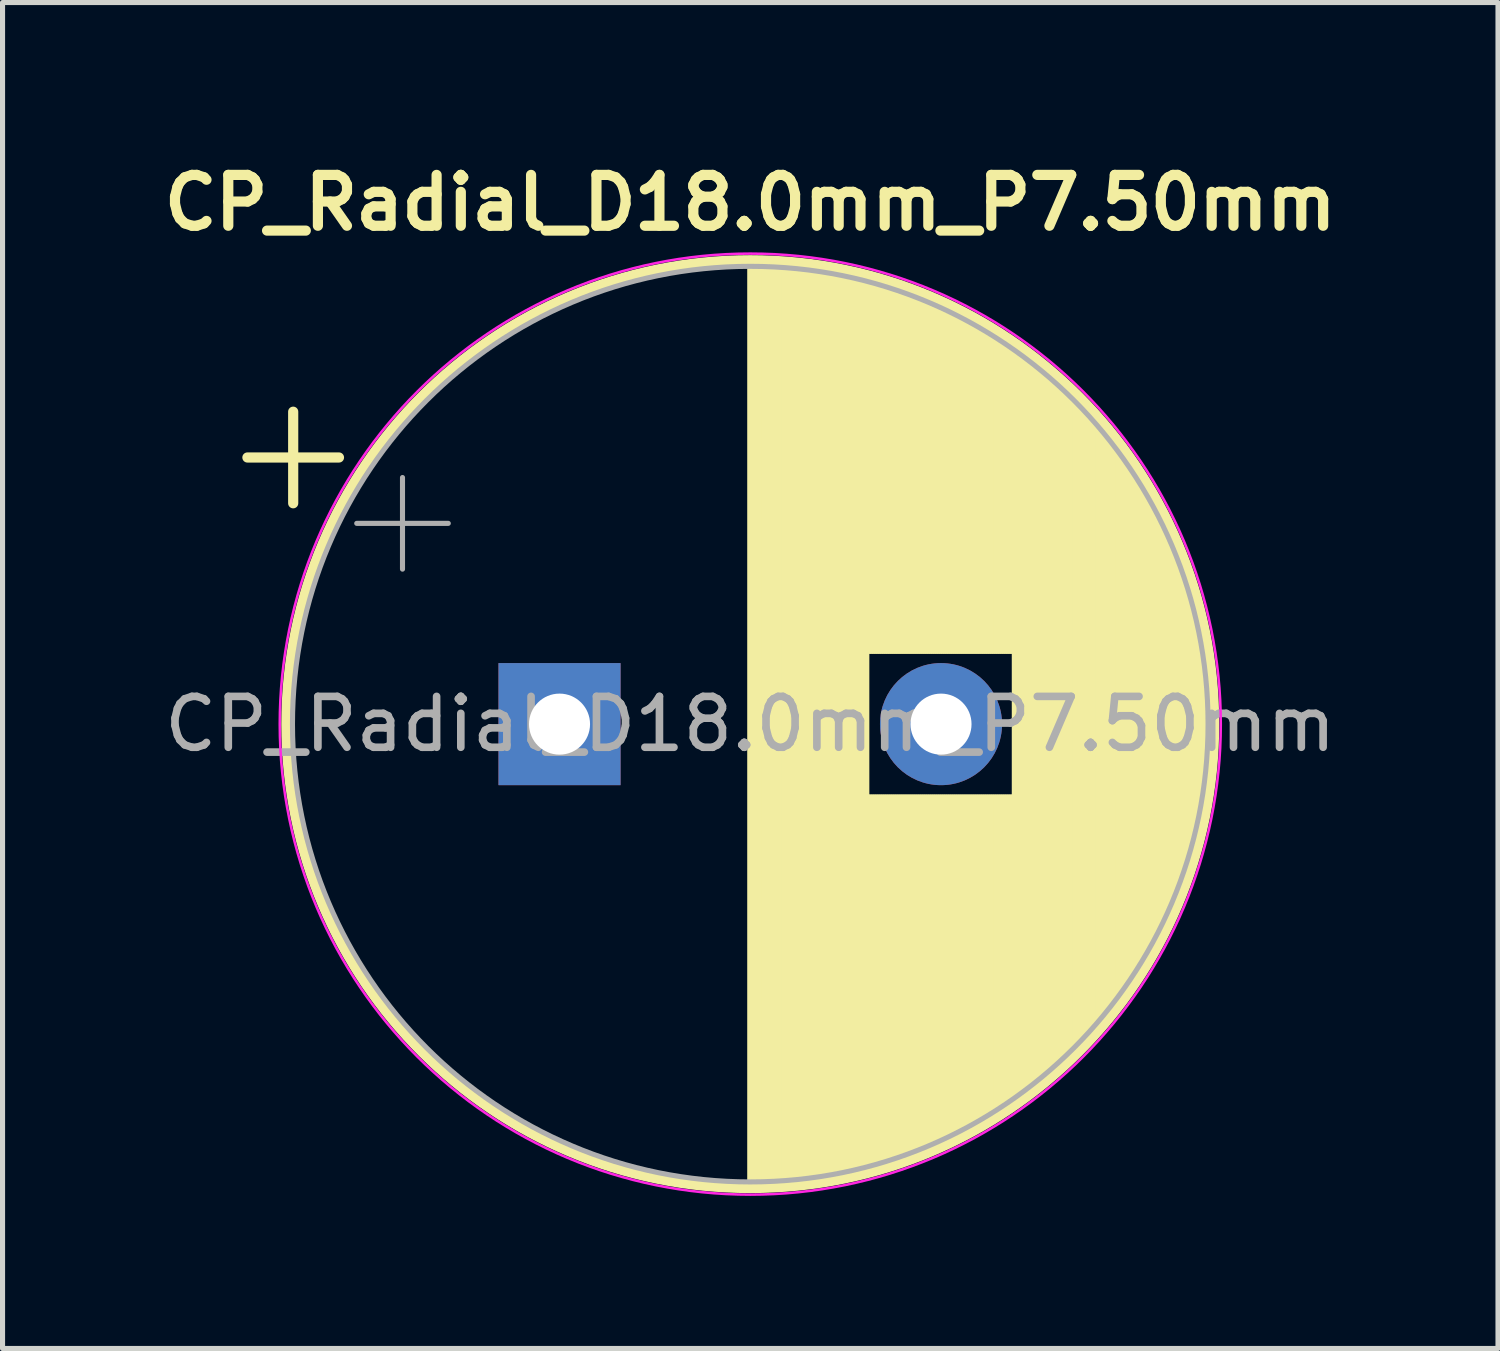
<source format=kicad_pcb>
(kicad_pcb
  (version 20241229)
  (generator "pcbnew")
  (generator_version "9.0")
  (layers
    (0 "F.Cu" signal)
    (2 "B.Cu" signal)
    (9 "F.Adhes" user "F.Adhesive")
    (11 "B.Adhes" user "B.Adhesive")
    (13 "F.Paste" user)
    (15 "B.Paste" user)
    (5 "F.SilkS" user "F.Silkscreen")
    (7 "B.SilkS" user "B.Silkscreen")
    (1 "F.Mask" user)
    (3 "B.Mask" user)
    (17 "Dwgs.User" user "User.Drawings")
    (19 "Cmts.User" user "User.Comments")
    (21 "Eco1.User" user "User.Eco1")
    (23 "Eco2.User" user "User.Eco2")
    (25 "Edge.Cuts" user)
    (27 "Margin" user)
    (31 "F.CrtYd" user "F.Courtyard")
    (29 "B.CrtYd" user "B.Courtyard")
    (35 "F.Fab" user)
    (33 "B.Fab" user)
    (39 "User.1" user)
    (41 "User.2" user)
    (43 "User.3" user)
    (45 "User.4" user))
  (footprint "CP_Radial_D18.0mm_P7.50mm"
    (layer "F.Cu")
    (at 7.95 11.186)
    (property "Reference" "CP_Radial_D18.0mm_P7.50mm" (at 3.75 -10.25 0) (layer "F.SilkS") (effects (font (size 1 1) (thickness 0.2))))
    (attr through_hole)
    (fp_line (start -6.136 -5.242) (end -4.336 -5.242) (stroke (width 0.2) (type solid)) (layer "F.SilkS"))
    (fp_line (start -5.236 -6.142) (end -5.236 -4.342) (stroke (width 0.2) (type solid)) (layer "F.SilkS"))
    (fp_line (start 3.75 -9.081) (end 3.75 9.081) (stroke (width 0.12) (type solid)) (layer "F.SilkS"))
    (fp_line (start 3.79 -9.08) (end 3.79 9.08) (stroke (width 0.12) (type solid)) (layer "F.SilkS"))
    (fp_line (start 3.83 -9.08) (end 3.83 9.08) (stroke (width 0.12) (type solid)) (layer "F.SilkS"))
    (fp_line (start 3.87 -9.08) (end 3.87 9.08) (stroke (width 0.12) (type solid)) (layer "F.SilkS"))
    (fp_line (start 3.91 -9.079) (end 3.91 9.079) (stroke (width 0.12) (type solid)) (layer "F.SilkS"))
    (fp_line (start 3.95 -9.078) (end 3.95 9.078) (stroke (width 0.12) (type solid)) (layer "F.SilkS"))
    (fp_line (start 3.99 -9.077) (end 3.99 9.077) (stroke (width 0.12) (type solid)) (layer "F.SilkS"))
    (fp_line (start 4.03 -9.076) (end 4.03 9.076) (stroke (width 0.12) (type solid)) (layer "F.SilkS"))
    (fp_line (start 4.07 -9.075) (end 4.07 9.075) (stroke (width 0.12) (type solid)) (layer "F.SilkS"))
    (fp_line (start 4.11 -9.073) (end 4.11 9.073) (stroke (width 0.12) (type solid)) (layer "F.SilkS"))
    (fp_line (start 4.15 -9.072) (end 4.15 9.072) (stroke (width 0.12) (type solid)) (layer "F.SilkS"))
    (fp_line (start 4.19 -9.07) (end 4.19 9.07) (stroke (width 0.12) (type solid)) (layer "F.SilkS"))
    (fp_line (start 4.23 -9.068) (end 4.23 9.068) (stroke (width 0.12) (type solid)) (layer "F.SilkS"))
    (fp_line (start 4.27 -9.066) (end 4.27 9.066) (stroke (width 0.12) (type solid)) (layer "F.SilkS"))
    (fp_line (start 4.31 -9.063) (end 4.31 9.063) (stroke (width 0.12) (type solid)) (layer "F.SilkS"))
    (fp_line (start 4.35 -9.061) (end 4.35 9.061) (stroke (width 0.12) (type solid)) (layer "F.SilkS"))
    (fp_line (start 4.39 -9.058) (end 4.39 9.058) (stroke (width 0.12) (type solid)) (layer "F.SilkS"))
    (fp_line (start 4.43 -9.055) (end 4.43 9.055) (stroke (width 0.12) (type solid)) (layer "F.SilkS"))
    (fp_line (start 4.471 -9.052) (end 4.471 9.052) (stroke (width 0.12) (type solid)) (layer "F.SilkS"))
    (fp_line (start 4.511 -9.049) (end 4.511 9.049) (stroke (width 0.12) (type solid)) (layer "F.SilkS"))
    (fp_line (start 4.551 -9.045) (end 4.551 9.045) (stroke (width 0.12) (type solid)) (layer "F.SilkS"))
    (fp_line (start 4.591 -9.042) (end 4.591 9.042) (stroke (width 0.12) (type solid)) (layer "F.SilkS"))
    (fp_line (start 4.631 -9.038) (end 4.631 9.038) (stroke (width 0.12) (type solid)) (layer "F.SilkS"))
    (fp_line (start 4.671 -9.034) (end 4.671 9.034) (stroke (width 0.12) (type solid)) (layer "F.SilkS"))
    (fp_line (start 4.711 -9.03) (end 4.711 9.03) (stroke (width 0.12) (type solid)) (layer "F.SilkS"))
    (fp_line (start 4.751 -9.026) (end 4.751 9.026) (stroke (width 0.12) (type solid)) (layer "F.SilkS"))
    (fp_line (start 4.791 -9.021) (end 4.791 9.021) (stroke (width 0.12) (type solid)) (layer "F.SilkS"))
    (fp_line (start 4.831 -9.016) (end 4.831 9.016) (stroke (width 0.12) (type solid)) (layer "F.SilkS"))
    (fp_line (start 4.871 -9.011) (end 4.871 9.011) (stroke (width 0.12) (type solid)) (layer "F.SilkS"))
    (fp_line (start 4.911 -9.006) (end 4.911 9.006) (stroke (width 0.12) (type solid)) (layer "F.SilkS"))
    (fp_line (start 4.951 -9.001) (end 4.951 9.001) (stroke (width 0.12) (type solid)) (layer "F.SilkS"))
    (fp_line (start 4.991 -8.996) (end 4.991 8.996) (stroke (width 0.12) (type solid)) (layer "F.SilkS"))
    (fp_line (start 5.031 -8.99) (end 5.031 8.99) (stroke (width 0.12) (type solid)) (layer "F.SilkS"))
    (fp_line (start 5.071 -8.984) (end 5.071 8.984) (stroke (width 0.12) (type solid)) (layer "F.SilkS"))
    (fp_line (start 5.111 -8.979) (end 5.111 8.979) (stroke (width 0.12) (type solid)) (layer "F.SilkS"))
    (fp_line (start 5.151 -8.972) (end 5.151 8.972) (stroke (width 0.12) (type solid)) (layer "F.SilkS"))
    (fp_line (start 5.191 -8.966) (end 5.191 8.966) (stroke (width 0.12) (type solid)) (layer "F.SilkS"))
    (fp_line (start 5.231 -8.96) (end 5.231 8.96) (stroke (width 0.12) (type solid)) (layer "F.SilkS"))
    (fp_line (start 5.271 -8.953) (end 5.271 8.953) (stroke (width 0.12) (type solid)) (layer "F.SilkS"))
    (fp_line (start 5.311 -8.946) (end 5.311 8.946) (stroke (width 0.12) (type solid)) (layer "F.SilkS"))
    (fp_line (start 5.351 -8.939) (end 5.351 8.939) (stroke (width 0.12) (type solid)) (layer "F.SilkS"))
    (fp_line (start 5.391 -8.932) (end 5.391 8.932) (stroke (width 0.12) (type solid)) (layer "F.SilkS"))
    (fp_line (start 5.431 -8.924) (end 5.431 8.924) (stroke (width 0.12) (type solid)) (layer "F.SilkS"))
    (fp_line (start 5.471 -8.917) (end 5.471 8.917) (stroke (width 0.12) (type solid)) (layer "F.SilkS"))
    (fp_line (start 5.511 -8.909) (end 5.511 8.909) (stroke (width 0.12) (type solid)) (layer "F.SilkS"))
    (fp_line (start 5.551 -8.901) (end 5.551 8.901) (stroke (width 0.12) (type solid)) (layer "F.SilkS"))
    (fp_line (start 5.591 -8.893) (end 5.591 8.893) (stroke (width 0.12) (type solid)) (layer "F.SilkS"))
    (fp_line (start 5.631 -8.885) (end 5.631 8.885) (stroke (width 0.12) (type solid)) (layer "F.SilkS"))
    (fp_line (start 5.671 -8.876) (end 5.671 8.876) (stroke (width 0.12) (type solid)) (layer "F.SilkS"))
    (fp_line (start 5.711 -8.867) (end 5.711 8.867) (stroke (width 0.12) (type solid)) (layer "F.SilkS"))
    (fp_line (start 5.751 -8.858) (end 5.751 8.858) (stroke (width 0.12) (type solid)) (layer "F.SilkS"))
    (fp_line (start 5.791 -8.849) (end 5.791 8.849) (stroke (width 0.12) (type solid)) (layer "F.SilkS"))
    (fp_line (start 5.831 -8.84) (end 5.831 8.84) (stroke (width 0.12) (type solid)) (layer "F.SilkS"))
    (fp_line (start 5.871 -8.831) (end 5.871 8.831) (stroke (width 0.12) (type solid)) (layer "F.SilkS"))
    (fp_line (start 5.911 -8.821) (end 5.911 8.821) (stroke (width 0.12) (type solid)) (layer "F.SilkS"))
    (fp_line (start 5.951 -8.811) (end 5.951 8.811) (stroke (width 0.12) (type solid)) (layer "F.SilkS"))
    (fp_line (start 5.991 -8.801) (end 5.991 8.801) (stroke (width 0.12) (type solid)) (layer "F.SilkS"))
    (fp_line (start 6.031 -8.791) (end 6.031 8.791) (stroke (width 0.12) (type solid)) (layer "F.SilkS"))
    (fp_line (start 6.071 -8.78) (end 6.071 -1.44) (stroke (width 0.12) (type solid)) (layer "F.SilkS"))
    (fp_line (start 6.071 1.44) (end 6.071 8.78) (stroke (width 0.12) (type solid)) (layer "F.SilkS"))
    (fp_line (start 6.111 -8.77) (end 6.111 -1.44) (stroke (width 0.12) (type solid)) (layer "F.SilkS"))
    (fp_line (start 6.111 1.44) (end 6.111 8.77) (stroke (width 0.12) (type solid)) (layer "F.SilkS"))
    (fp_line (start 6.151 -8.759) (end 6.151 -1.44) (stroke (width 0.12) (type solid)) (layer "F.SilkS"))
    (fp_line (start 6.151 1.44) (end 6.151 8.759) (stroke (width 0.12) (type solid)) (layer "F.SilkS"))
    (fp_line (start 6.191 -8.748) (end 6.191 -1.44) (stroke (width 0.12) (type solid)) (layer "F.SilkS"))
    (fp_line (start 6.191 1.44) (end 6.191 8.748) (stroke (width 0.12) (type solid)) (layer "F.SilkS"))
    (fp_line (start 6.231 -8.737) (end 6.231 -1.44) (stroke (width 0.12) (type solid)) (layer "F.SilkS"))
    (fp_line (start 6.231 1.44) (end 6.231 8.737) (stroke (width 0.12) (type solid)) (layer "F.SilkS"))
    (fp_line (start 6.271 -8.725) (end 6.271 -1.44) (stroke (width 0.12) (type solid)) (layer "F.SilkS"))
    (fp_line (start 6.271 1.44) (end 6.271 8.725) (stroke (width 0.12) (type solid)) (layer "F.SilkS"))
    (fp_line (start 6.311 -8.714) (end 6.311 -1.44) (stroke (width 0.12) (type solid)) (layer "F.SilkS"))
    (fp_line (start 6.311 1.44) (end 6.311 8.714) (stroke (width 0.12) (type solid)) (layer "F.SilkS"))
    (fp_line (start 6.351 -8.702) (end 6.351 -1.44) (stroke (width 0.12) (type solid)) (layer "F.SilkS"))
    (fp_line (start 6.351 1.44) (end 6.351 8.702) (stroke (width 0.12) (type solid)) (layer "F.SilkS"))
    (fp_line (start 6.391 -8.69) (end 6.391 -1.44) (stroke (width 0.12) (type solid)) (layer "F.SilkS"))
    (fp_line (start 6.391 1.44) (end 6.391 8.69) (stroke (width 0.12) (type solid)) (layer "F.SilkS"))
    (fp_line (start 6.431 -8.678) (end 6.431 -1.44) (stroke (width 0.12) (type solid)) (layer "F.SilkS"))
    (fp_line (start 6.431 1.44) (end 6.431 8.678) (stroke (width 0.12) (type solid)) (layer "F.SilkS"))
    (fp_line (start 6.471 -8.665) (end 6.471 -1.44) (stroke (width 0.12) (type solid)) (layer "F.SilkS"))
    (fp_line (start 6.471 1.44) (end 6.471 8.665) (stroke (width 0.12) (type solid)) (layer "F.SilkS"))
    (fp_line (start 6.511 -8.653) (end 6.511 -1.44) (stroke (width 0.12) (type solid)) (layer "F.SilkS"))
    (fp_line (start 6.511 1.44) (end 6.511 8.653) (stroke (width 0.12) (type solid)) (layer "F.SilkS"))
    (fp_line (start 6.551 -8.64) (end 6.551 -1.44) (stroke (width 0.12) (type solid)) (layer "F.SilkS"))
    (fp_line (start 6.551 1.44) (end 6.551 8.64) (stroke (width 0.12) (type solid)) (layer "F.SilkS"))
    (fp_line (start 6.591 -8.627) (end 6.591 -1.44) (stroke (width 0.12) (type solid)) (layer "F.SilkS"))
    (fp_line (start 6.591 1.44) (end 6.591 8.627) (stroke (width 0.12) (type solid)) (layer "F.SilkS"))
    (fp_line (start 6.631 -8.614) (end 6.631 -1.44) (stroke (width 0.12) (type solid)) (layer "F.SilkS"))
    (fp_line (start 6.631 1.44) (end 6.631 8.614) (stroke (width 0.12) (type solid)) (layer "F.SilkS"))
    (fp_line (start 6.671 -8.6) (end 6.671 -1.44) (stroke (width 0.12) (type solid)) (layer "F.SilkS"))
    (fp_line (start 6.671 1.44) (end 6.671 8.6) (stroke (width 0.12) (type solid)) (layer "F.SilkS"))
    (fp_line (start 6.711 -8.587) (end 6.711 -1.44) (stroke (width 0.12) (type solid)) (layer "F.SilkS"))
    (fp_line (start 6.711 1.44) (end 6.711 8.587) (stroke (width 0.12) (type solid)) (layer "F.SilkS"))
    (fp_line (start 6.751 -8.573) (end 6.751 -1.44) (stroke (width 0.12) (type solid)) (layer "F.SilkS"))
    (fp_line (start 6.751 1.44) (end 6.751 8.573) (stroke (width 0.12) (type solid)) (layer "F.SilkS"))
    (fp_line (start 6.791 -8.559) (end 6.791 -1.44) (stroke (width 0.12) (type solid)) (layer "F.SilkS"))
    (fp_line (start 6.791 1.44) (end 6.791 8.559) (stroke (width 0.12) (type solid)) (layer "F.SilkS"))
    (fp_line (start 6.831 -8.545) (end 6.831 -1.44) (stroke (width 0.12) (type solid)) (layer "F.SilkS"))
    (fp_line (start 6.831 1.44) (end 6.831 8.545) (stroke (width 0.12) (type solid)) (layer "F.SilkS"))
    (fp_line (start 6.871 -8.53) (end 6.871 -1.44) (stroke (width 0.12) (type solid)) (layer "F.SilkS"))
    (fp_line (start 6.871 1.44) (end 6.871 8.53) (stroke (width 0.12) (type solid)) (layer "F.SilkS"))
    (fp_line (start 6.911 -8.516) (end 6.911 -1.44) (stroke (width 0.12) (type solid)) (layer "F.SilkS"))
    (fp_line (start 6.911 1.44) (end 6.911 8.516) (stroke (width 0.12) (type solid)) (layer "F.SilkS"))
    (fp_line (start 6.951 -8.501) (end 6.951 -1.44) (stroke (width 0.12) (type solid)) (layer "F.SilkS"))
    (fp_line (start 6.951 1.44) (end 6.951 8.501) (stroke (width 0.12) (type solid)) (layer "F.SilkS"))
    (fp_line (start 6.991 -8.486) (end 6.991 -1.44) (stroke (width 0.12) (type solid)) (layer "F.SilkS"))
    (fp_line (start 6.991 1.44) (end 6.991 8.486) (stroke (width 0.12) (type solid)) (layer "F.SilkS"))
    (fp_line (start 7.031 -8.47) (end 7.031 -1.44) (stroke (width 0.12) (type solid)) (layer "F.SilkS"))
    (fp_line (start 7.031 1.44) (end 7.031 8.47) (stroke (width 0.12) (type solid)) (layer "F.SilkS"))
    (fp_line (start 7.071 -8.455) (end 7.071 -1.44) (stroke (width 0.12) (type solid)) (layer "F.SilkS"))
    (fp_line (start 7.071 1.44) (end 7.071 8.455) (stroke (width 0.12) (type solid)) (layer "F.SilkS"))
    (fp_line (start 7.111 -8.439) (end 7.111 -1.44) (stroke (width 0.12) (type solid)) (layer "F.SilkS"))
    (fp_line (start 7.111 1.44) (end 7.111 8.439) (stroke (width 0.12) (type solid)) (layer "F.SilkS"))
    (fp_line (start 7.151 -8.423) (end 7.151 -1.44) (stroke (width 0.12) (type solid)) (layer "F.SilkS"))
    (fp_line (start 7.151 1.44) (end 7.151 8.423) (stroke (width 0.12) (type solid)) (layer "F.SilkS"))
    (fp_line (start 7.191 -8.407) (end 7.191 -1.44) (stroke (width 0.12) (type solid)) (layer "F.SilkS"))
    (fp_line (start 7.191 1.44) (end 7.191 8.407) (stroke (width 0.12) (type solid)) (layer "F.SilkS"))
    (fp_line (start 7.231 -8.39) (end 7.231 -1.44) (stroke (width 0.12) (type solid)) (layer "F.SilkS"))
    (fp_line (start 7.231 1.44) (end 7.231 8.39) (stroke (width 0.12) (type solid)) (layer "F.SilkS"))
    (fp_line (start 7.271 -8.374) (end 7.271 -1.44) (stroke (width 0.12) (type solid)) (layer "F.SilkS"))
    (fp_line (start 7.271 1.44) (end 7.271 8.374) (stroke (width 0.12) (type solid)) (layer "F.SilkS"))
    (fp_line (start 7.311 -8.357) (end 7.311 -1.44) (stroke (width 0.12) (type solid)) (layer "F.SilkS"))
    (fp_line (start 7.311 1.44) (end 7.311 8.357) (stroke (width 0.12) (type solid)) (layer "F.SilkS"))
    (fp_line (start 7.351 -8.34) (end 7.351 -1.44) (stroke (width 0.12) (type solid)) (layer "F.SilkS"))
    (fp_line (start 7.351 1.44) (end 7.351 8.34) (stroke (width 0.12) (type solid)) (layer "F.SilkS"))
    (fp_line (start 7.391 -8.323) (end 7.391 -1.44) (stroke (width 0.12) (type solid)) (layer "F.SilkS"))
    (fp_line (start 7.391 1.44) (end 7.391 8.323) (stroke (width 0.12) (type solid)) (layer "F.SilkS"))
    (fp_line (start 7.431 -8.305) (end 7.431 -1.44) (stroke (width 0.12) (type solid)) (layer "F.SilkS"))
    (fp_line (start 7.431 1.44) (end 7.431 8.305) (stroke (width 0.12) (type solid)) (layer "F.SilkS"))
    (fp_line (start 7.471 -8.287) (end 7.471 -1.44) (stroke (width 0.12) (type solid)) (layer "F.SilkS"))
    (fp_line (start 7.471 1.44) (end 7.471 8.287) (stroke (width 0.12) (type solid)) (layer "F.SilkS"))
    (fp_line (start 7.511 -8.269) (end 7.511 -1.44) (stroke (width 0.12) (type solid)) (layer "F.SilkS"))
    (fp_line (start 7.511 1.44) (end 7.511 8.269) (stroke (width 0.12) (type solid)) (layer "F.SilkS"))
    (fp_line (start 7.551 -8.251) (end 7.551 -1.44) (stroke (width 0.12) (type solid)) (layer "F.SilkS"))
    (fp_line (start 7.551 1.44) (end 7.551 8.251) (stroke (width 0.12) (type solid)) (layer "F.SilkS"))
    (fp_line (start 7.591 -8.233) (end 7.591 -1.44) (stroke (width 0.12) (type solid)) (layer "F.SilkS"))
    (fp_line (start 7.591 1.44) (end 7.591 8.233) (stroke (width 0.12) (type solid)) (layer "F.SilkS"))
    (fp_line (start 7.631 -8.214) (end 7.631 -1.44) (stroke (width 0.12) (type solid)) (layer "F.SilkS"))
    (fp_line (start 7.631 1.44) (end 7.631 8.214) (stroke (width 0.12) (type solid)) (layer "F.SilkS"))
    (fp_line (start 7.671 -8.195) (end 7.671 -1.44) (stroke (width 0.12) (type solid)) (layer "F.SilkS"))
    (fp_line (start 7.671 1.44) (end 7.671 8.195) (stroke (width 0.12) (type solid)) (layer "F.SilkS"))
    (fp_line (start 7.711 -8.176) (end 7.711 -1.44) (stroke (width 0.12) (type solid)) (layer "F.SilkS"))
    (fp_line (start 7.711 1.44) (end 7.711 8.176) (stroke (width 0.12) (type solid)) (layer "F.SilkS"))
    (fp_line (start 7.751 -8.156) (end 7.751 -1.44) (stroke (width 0.12) (type solid)) (layer "F.SilkS"))
    (fp_line (start 7.751 1.44) (end 7.751 8.156) (stroke (width 0.12) (type solid)) (layer "F.SilkS"))
    (fp_line (start 7.791 -8.137) (end 7.791 -1.44) (stroke (width 0.12) (type solid)) (layer "F.SilkS"))
    (fp_line (start 7.791 1.44) (end 7.791 8.137) (stroke (width 0.12) (type solid)) (layer "F.SilkS"))
    (fp_line (start 7.831 -8.117) (end 7.831 -1.44) (stroke (width 0.12) (type solid)) (layer "F.SilkS"))
    (fp_line (start 7.831 1.44) (end 7.831 8.117) (stroke (width 0.12) (type solid)) (layer "F.SilkS"))
    (fp_line (start 7.871 -8.097) (end 7.871 -1.44) (stroke (width 0.12) (type solid)) (layer "F.SilkS"))
    (fp_line (start 7.871 1.44) (end 7.871 8.097) (stroke (width 0.12) (type solid)) (layer "F.SilkS"))
    (fp_line (start 7.911 -8.076) (end 7.911 -1.44) (stroke (width 0.12) (type solid)) (layer "F.SilkS"))
    (fp_line (start 7.911 1.44) (end 7.911 8.076) (stroke (width 0.12) (type solid)) (layer "F.SilkS"))
    (fp_line (start 7.951 -8.056) (end 7.951 -1.44) (stroke (width 0.12) (type solid)) (layer "F.SilkS"))
    (fp_line (start 7.951 1.44) (end 7.951 8.056) (stroke (width 0.12) (type solid)) (layer "F.SilkS"))
    (fp_line (start 7.991 -8.035) (end 7.991 -1.44) (stroke (width 0.12) (type solid)) (layer "F.SilkS"))
    (fp_line (start 7.991 1.44) (end 7.991 8.035) (stroke (width 0.12) (type solid)) (layer "F.SilkS"))
    (fp_line (start 8.031 -8.014) (end 8.031 -1.44) (stroke (width 0.12) (type solid)) (layer "F.SilkS"))
    (fp_line (start 8.031 1.44) (end 8.031 8.014) (stroke (width 0.12) (type solid)) (layer "F.SilkS"))
    (fp_line (start 8.071 -7.992) (end 8.071 -1.44) (stroke (width 0.12) (type solid)) (layer "F.SilkS"))
    (fp_line (start 8.071 1.44) (end 8.071 7.992) (stroke (width 0.12) (type solid)) (layer "F.SilkS"))
    (fp_line (start 8.111 -7.971) (end 8.111 -1.44) (stroke (width 0.12) (type solid)) (layer "F.SilkS"))
    (fp_line (start 8.111 1.44) (end 8.111 7.971) (stroke (width 0.12) (type solid)) (layer "F.SilkS"))
    (fp_line (start 8.151 -7.949) (end 8.151 -1.44) (stroke (width 0.12) (type solid)) (layer "F.SilkS"))
    (fp_line (start 8.151 1.44) (end 8.151 7.949) (stroke (width 0.12) (type solid)) (layer "F.SilkS"))
    (fp_line (start 8.191 -7.927) (end 8.191 -1.44) (stroke (width 0.12) (type solid)) (layer "F.SilkS"))
    (fp_line (start 8.191 1.44) (end 8.191 7.927) (stroke (width 0.12) (type solid)) (layer "F.SilkS"))
    (fp_line (start 8.231 -7.904) (end 8.231 -1.44) (stroke (width 0.12) (type solid)) (layer "F.SilkS"))
    (fp_line (start 8.231 1.44) (end 8.231 7.904) (stroke (width 0.12) (type solid)) (layer "F.SilkS"))
    (fp_line (start 8.271 -7.882) (end 8.271 -1.44) (stroke (width 0.12) (type solid)) (layer "F.SilkS"))
    (fp_line (start 8.271 1.44) (end 8.271 7.882) (stroke (width 0.12) (type solid)) (layer "F.SilkS"))
    (fp_line (start 8.311 -7.859) (end 8.311 -1.44) (stroke (width 0.12) (type solid)) (layer "F.SilkS"))
    (fp_line (start 8.311 1.44) (end 8.311 7.859) (stroke (width 0.12) (type solid)) (layer "F.SilkS"))
    (fp_line (start 8.351 -7.835) (end 8.351 -1.44) (stroke (width 0.12) (type solid)) (layer "F.SilkS"))
    (fp_line (start 8.351 1.44) (end 8.351 7.835) (stroke (width 0.12) (type solid)) (layer "F.SilkS"))
    (fp_line (start 8.391 -7.812) (end 8.391 -1.44) (stroke (width 0.12) (type solid)) (layer "F.SilkS"))
    (fp_line (start 8.391 1.44) (end 8.391 7.812) (stroke (width 0.12) (type solid)) (layer "F.SilkS"))
    (fp_line (start 8.431 -7.788) (end 8.431 -1.44) (stroke (width 0.12) (type solid)) (layer "F.SilkS"))
    (fp_line (start 8.431 1.44) (end 8.431 7.788) (stroke (width 0.12) (type solid)) (layer "F.SilkS"))
    (fp_line (start 8.471 -7.764) (end 8.471 -1.44) (stroke (width 0.12) (type solid)) (layer "F.SilkS"))
    (fp_line (start 8.471 1.44) (end 8.471 7.764) (stroke (width 0.12) (type solid)) (layer "F.SilkS"))
    (fp_line (start 8.511 -7.74) (end 8.511 -1.44) (stroke (width 0.12) (type solid)) (layer "F.SilkS"))
    (fp_line (start 8.511 1.44) (end 8.511 7.74) (stroke (width 0.12) (type solid)) (layer "F.SilkS"))
    (fp_line (start 8.551 -7.715) (end 8.551 -1.44) (stroke (width 0.12) (type solid)) (layer "F.SilkS"))
    (fp_line (start 8.551 1.44) (end 8.551 7.715) (stroke (width 0.12) (type solid)) (layer "F.SilkS"))
    (fp_line (start 8.591 -7.69) (end 8.591 -1.44) (stroke (width 0.12) (type solid)) (layer "F.SilkS"))
    (fp_line (start 8.591 1.44) (end 8.591 7.69) (stroke (width 0.12) (type solid)) (layer "F.SilkS"))
    (fp_line (start 8.631 -7.665) (end 8.631 -1.44) (stroke (width 0.12) (type solid)) (layer "F.SilkS"))
    (fp_line (start 8.631 1.44) (end 8.631 7.665) (stroke (width 0.12) (type solid)) (layer "F.SilkS"))
    (fp_line (start 8.671 -7.64) (end 8.671 -1.44) (stroke (width 0.12) (type solid)) (layer "F.SilkS"))
    (fp_line (start 8.671 1.44) (end 8.671 7.64) (stroke (width 0.12) (type solid)) (layer "F.SilkS"))
    (fp_line (start 8.711 -7.614) (end 8.711 -1.44) (stroke (width 0.12) (type solid)) (layer "F.SilkS"))
    (fp_line (start 8.711 1.44) (end 8.711 7.614) (stroke (width 0.12) (type solid)) (layer "F.SilkS"))
    (fp_line (start 8.751 -7.588) (end 8.751 -1.44) (stroke (width 0.12) (type solid)) (layer "F.SilkS"))
    (fp_line (start 8.751 1.44) (end 8.751 7.588) (stroke (width 0.12) (type solid)) (layer "F.SilkS"))
    (fp_line (start 8.791 -7.561) (end 8.791 -1.44) (stroke (width 0.12) (type solid)) (layer "F.SilkS"))
    (fp_line (start 8.791 1.44) (end 8.791 7.561) (stroke (width 0.12) (type solid)) (layer "F.SilkS"))
    (fp_line (start 8.831 -7.535) (end 8.831 -1.44) (stroke (width 0.12) (type solid)) (layer "F.SilkS"))
    (fp_line (start 8.831 1.44) (end 8.831 7.535) (stroke (width 0.12) (type solid)) (layer "F.SilkS"))
    (fp_line (start 8.871 -7.508) (end 8.871 -1.44) (stroke (width 0.12) (type solid)) (layer "F.SilkS"))
    (fp_line (start 8.871 1.44) (end 8.871 7.508) (stroke (width 0.12) (type solid)) (layer "F.SilkS"))
    (fp_line (start 8.911 -7.48) (end 8.911 -1.44) (stroke (width 0.12) (type solid)) (layer "F.SilkS"))
    (fp_line (start 8.911 1.44) (end 8.911 7.48) (stroke (width 0.12) (type solid)) (layer "F.SilkS"))
    (fp_line (start 8.951 -7.453) (end 8.951 7.453) (stroke (width 0.12) (type solid)) (layer "F.SilkS"))
    (fp_line (start 8.991 -7.425) (end 8.991 7.425) (stroke (width 0.12) (type solid)) (layer "F.SilkS"))
    (fp_line (start 9.031 -7.397) (end 9.031 7.397) (stroke (width 0.12) (type solid)) (layer "F.SilkS"))
    (fp_line (start 9.071 -7.368) (end 9.071 7.368) (stroke (width 0.12) (type solid)) (layer "F.SilkS"))
    (fp_line (start 9.111 -7.339) (end 9.111 7.339) (stroke (width 0.12) (type solid)) (layer "F.SilkS"))
    (fp_line (start 9.151 -7.31) (end 9.151 7.31) (stroke (width 0.12) (type solid)) (layer "F.SilkS"))
    (fp_line (start 9.191 -7.28) (end 9.191 7.28) (stroke (width 0.12) (type solid)) (layer "F.SilkS"))
    (fp_line (start 9.231 -7.25) (end 9.231 7.25) (stroke (width 0.12) (type solid)) (layer "F.SilkS"))
    (fp_line (start 9.271 -7.22) (end 9.271 7.22) (stroke (width 0.12) (type solid)) (layer "F.SilkS"))
    (fp_line (start 9.311 -7.19) (end 9.311 7.19) (stroke (width 0.12) (type solid)) (layer "F.SilkS"))
    (fp_line (start 9.351 -7.159) (end 9.351 7.159) (stroke (width 0.12) (type solid)) (layer "F.SilkS"))
    (fp_line (start 9.391 -7.127) (end 9.391 7.127) (stroke (width 0.12) (type solid)) (layer "F.SilkS"))
    (fp_line (start 9.431 -7.096) (end 9.431 7.096) (stroke (width 0.12) (type solid)) (layer "F.SilkS"))
    (fp_line (start 9.471 -7.064) (end 9.471 7.064) (stroke (width 0.12) (type solid)) (layer "F.SilkS"))
    (fp_line (start 9.511 -7.031) (end 9.511 7.031) (stroke (width 0.12) (type solid)) (layer "F.SilkS"))
    (fp_line (start 9.551 -6.999) (end 9.551 6.999) (stroke (width 0.12) (type solid)) (layer "F.SilkS"))
    (fp_line (start 9.591 -6.965) (end 9.591 6.965) (stroke (width 0.12) (type solid)) (layer "F.SilkS"))
    (fp_line (start 9.631 -6.932) (end 9.631 6.932) (stroke (width 0.12) (type solid)) (layer "F.SilkS"))
    (fp_line (start 9.671 -6.898) (end 9.671 6.898) (stroke (width 0.12) (type solid)) (layer "F.SilkS"))
    (fp_line (start 9.711 -6.864) (end 9.711 6.864) (stroke (width 0.12) (type solid)) (layer "F.SilkS"))
    (fp_line (start 9.751 -6.829) (end 9.751 6.829) (stroke (width 0.12) (type solid)) (layer "F.SilkS"))
    (fp_line (start 9.791 -6.794) (end 9.791 6.794) (stroke (width 0.12) (type solid)) (layer "F.SilkS"))
    (fp_line (start 9.831 -6.758) (end 9.831 6.758) (stroke (width 0.12) (type solid)) (layer "F.SilkS"))
    (fp_line (start 9.871 -6.722) (end 9.871 6.722) (stroke (width 0.12) (type solid)) (layer "F.SilkS"))
    (fp_line (start 9.911 -6.686) (end 9.911 6.686) (stroke (width 0.12) (type solid)) (layer "F.SilkS"))
    (fp_line (start 9.951 -6.649) (end 9.951 6.649) (stroke (width 0.12) (type solid)) (layer "F.SilkS"))
    (fp_line (start 9.991 -6.612) (end 9.991 6.612) (stroke (width 0.12) (type solid)) (layer "F.SilkS"))
    (fp_line (start 10.031 -6.574) (end 10.031 6.574) (stroke (width 0.12) (type solid)) (layer "F.SilkS"))
    (fp_line (start 10.071 -6.536) (end 10.071 6.536) (stroke (width 0.12) (type solid)) (layer "F.SilkS"))
    (fp_line (start 10.111 -6.497) (end 10.111 6.497) (stroke (width 0.12) (type solid)) (layer "F.SilkS"))
    (fp_line (start 10.151 -6.458) (end 10.151 6.458) (stroke (width 0.12) (type solid)) (layer "F.SilkS"))
    (fp_line (start 10.191 -6.418) (end 10.191 6.418) (stroke (width 0.12) (type solid)) (layer "F.SilkS"))
    (fp_line (start 10.231 -6.378) (end 10.231 6.378) (stroke (width 0.12) (type solid)) (layer "F.SilkS"))
    (fp_line (start 10.271 -6.337) (end 10.271 6.337) (stroke (width 0.12) (type solid)) (layer "F.SilkS"))
    (fp_line (start 10.311 -6.296) (end 10.311 6.296) (stroke (width 0.12) (type solid)) (layer "F.SilkS"))
    (fp_line (start 10.351 -6.254) (end 10.351 6.254) (stroke (width 0.12) (type solid)) (layer "F.SilkS"))
    (fp_line (start 10.391 -6.212) (end 10.391 6.212) (stroke (width 0.12) (type solid)) (layer "F.SilkS"))
    (fp_line (start 10.431 -6.17) (end 10.431 6.17) (stroke (width 0.12) (type solid)) (layer "F.SilkS"))
    (fp_line (start 10.471 -6.126) (end 10.471 6.126) (stroke (width 0.12) (type solid)) (layer "F.SilkS"))
    (fp_line (start 10.511 -6.082) (end 10.511 6.082) (stroke (width 0.12) (type solid)) (layer "F.SilkS"))
    (fp_line (start 10.551 -6.038) (end 10.551 6.038) (stroke (width 0.12) (type solid)) (layer "F.SilkS"))
    (fp_line (start 10.591 -5.993) (end 10.591 5.993) (stroke (width 0.12) (type solid)) (layer "F.SilkS"))
    (fp_line (start 10.631 -5.947) (end 10.631 5.947) (stroke (width 0.12) (type solid)) (layer "F.SilkS"))
    (fp_line (start 10.671 -5.901) (end 10.671 5.901) (stroke (width 0.12) (type solid)) (layer "F.SilkS"))
    (fp_line (start 10.711 -5.854) (end 10.711 5.854) (stroke (width 0.12) (type solid)) (layer "F.SilkS"))
    (fp_line (start 10.751 -5.806) (end 10.751 5.806) (stroke (width 0.12) (type solid)) (layer "F.SilkS"))
    (fp_line (start 10.791 -5.758) (end 10.791 5.758) (stroke (width 0.12) (type solid)) (layer "F.SilkS"))
    (fp_line (start 10.831 -5.709) (end 10.831 5.709) (stroke (width 0.12) (type solid)) (layer "F.SilkS"))
    (fp_line (start 10.871 -5.66) (end 10.871 5.66) (stroke (width 0.12) (type solid)) (layer "F.SilkS"))
    (fp_line (start 10.911 -5.609) (end 10.911 5.609) (stroke (width 0.12) (type solid)) (layer "F.SilkS"))
    (fp_line (start 10.951 -5.558) (end 10.951 5.558) (stroke (width 0.12) (type solid)) (layer "F.SilkS"))
    (fp_line (start 10.991 -5.506) (end 10.991 5.506) (stroke (width 0.12) (type solid)) (layer "F.SilkS"))
    (fp_line (start 11.031 -5.454) (end 11.031 5.454) (stroke (width 0.12) (type solid)) (layer "F.SilkS"))
    (fp_line (start 11.071 -5.4) (end 11.071 5.4) (stroke (width 0.12) (type solid)) (layer "F.SilkS"))
    (fp_line (start 11.111 -5.346) (end 11.111 5.346) (stroke (width 0.12) (type solid)) (layer "F.SilkS"))
    (fp_line (start 11.151 -5.291) (end 11.151 5.291) (stroke (width 0.12) (type solid)) (layer "F.SilkS"))
    (fp_line (start 11.191 -5.235) (end 11.191 5.235) (stroke (width 0.12) (type solid)) (layer "F.SilkS"))
    (fp_line (start 11.231 -5.178) (end 11.231 5.178) (stroke (width 0.12) (type solid)) (layer "F.SilkS"))
    (fp_line (start 11.271 -5.12) (end 11.271 5.12) (stroke (width 0.12) (type solid)) (layer "F.SilkS"))
    (fp_line (start 11.311 -5.062) (end 11.311 5.062) (stroke (width 0.12) (type solid)) (layer "F.SilkS"))
    (fp_line (start 11.351 -5.002) (end 11.351 5.002) (stroke (width 0.12) (type solid)) (layer "F.SilkS"))
    (fp_line (start 11.391 -4.941) (end 11.391 4.941) (stroke (width 0.12) (type solid)) (layer "F.SilkS"))
    (fp_line (start 11.431 -4.879) (end 11.431 4.879) (stroke (width 0.12) (type solid)) (layer "F.SilkS"))
    (fp_line (start 11.471 -4.816) (end 11.471 4.816) (stroke (width 0.12) (type solid)) (layer "F.SilkS"))
    (fp_line (start 11.511 -4.752) (end 11.511 4.752) (stroke (width 0.12) (type solid)) (layer "F.SilkS"))
    (fp_line (start 11.551 -4.686) (end 11.551 4.686) (stroke (width 0.12) (type solid)) (layer "F.SilkS"))
    (fp_line (start 11.591 -4.62) (end 11.591 4.62) (stroke (width 0.12) (type solid)) (layer "F.SilkS"))
    (fp_line (start 11.631 -4.552) (end 11.631 4.552) (stroke (width 0.12) (type solid)) (layer "F.SilkS"))
    (fp_line (start 11.671 -4.482) (end 11.671 4.482) (stroke (width 0.12) (type solid)) (layer "F.SilkS"))
    (fp_line (start 11.711 -4.412) (end 11.711 4.412) (stroke (width 0.12) (type solid)) (layer "F.SilkS"))
    (fp_line (start 11.751 -4.339) (end 11.751 4.339) (stroke (width 0.12) (type solid)) (layer "F.SilkS"))
    (fp_line (start 11.791 -4.265) (end 11.791 4.265) (stroke (width 0.12) (type solid)) (layer "F.SilkS"))
    (fp_line (start 11.831 -4.19) (end 11.831 4.19) (stroke (width 0.12) (type solid)) (layer "F.SilkS"))
    (fp_line (start 11.871 -4.113) (end 11.871 4.113) (stroke (width 0.12) (type solid)) (layer "F.SilkS"))
    (fp_line (start 11.911 -4.033) (end 11.911 4.033) (stroke (width 0.12) (type solid)) (layer "F.SilkS"))
    (fp_line (start 11.95 -3.952) (end 11.95 3.952) (stroke (width 0.12) (type solid)) (layer "F.SilkS"))
    (fp_line (start 11.99 -3.869) (end 11.99 3.869) (stroke (width 0.12) (type solid)) (layer "F.SilkS"))
    (fp_line (start 12.03 -3.784) (end 12.03 3.784) (stroke (width 0.12) (type solid)) (layer "F.SilkS"))
    (fp_line (start 12.07 -3.696) (end 12.07 3.696) (stroke (width 0.12) (type solid)) (layer "F.SilkS"))
    (fp_line (start 12.11 -3.605) (end 12.11 3.605) (stroke (width 0.12) (type solid)) (layer "F.SilkS"))
    (fp_line (start 12.15 -3.512) (end 12.15 3.512) (stroke (width 0.12) (type solid)) (layer "F.SilkS"))
    (fp_line (start 12.19 -3.416) (end 12.19 3.416) (stroke (width 0.12) (type solid)) (layer "F.SilkS"))
    (fp_line (start 12.23 -3.317) (end 12.23 3.317) (stroke (width 0.12) (type solid)) (layer "F.SilkS"))
    (fp_line (start 12.27 -3.214) (end 12.27 3.214) (stroke (width 0.12) (type solid)) (layer "F.SilkS"))
    (fp_line (start 12.31 -3.107) (end 12.31 3.107) (stroke (width 0.12) (type solid)) (layer "F.SilkS"))
    (fp_line (start 12.35 -2.996) (end 12.35 2.996) (stroke (width 0.12) (type solid)) (layer "F.SilkS"))
    (fp_line (start 12.39 -2.88) (end 12.39 2.88) (stroke (width 0.12) (type solid)) (layer "F.SilkS"))
    (fp_line (start 12.43 -2.759) (end 12.43 2.759) (stroke (width 0.12) (type solid)) (layer "F.SilkS"))
    (fp_line (start 12.47 -2.632) (end 12.47 2.632) (stroke (width 0.12) (type solid)) (layer "F.SilkS"))
    (fp_line (start 12.51 -2.498) (end 12.51 2.498) (stroke (width 0.12) (type solid)) (layer "F.SilkS"))
    (fp_line (start 12.55 -2.355) (end 12.55 2.355) (stroke (width 0.12) (type solid)) (layer "F.SilkS"))
    (fp_line (start 12.59 -2.203) (end 12.59 2.203) (stroke (width 0.12) (type solid)) (layer "F.SilkS"))
    (fp_line (start 12.63 -2.039) (end 12.63 2.039) (stroke (width 0.12) (type solid)) (layer "F.SilkS"))
    (fp_line (start 12.67 -1.86) (end 12.67 1.86) (stroke (width 0.12) (type solid)) (layer "F.SilkS"))
    (fp_line (start 12.71 -1.661) (end 12.71 1.661) (stroke (width 0.12) (type solid)) (layer "F.SilkS"))
    (fp_line (start 12.75 -1.435) (end 12.75 1.435) (stroke (width 0.12) (type solid)) (layer "F.SilkS"))
    (fp_line (start 12.79 -1.166) (end 12.79 1.166) (stroke (width 0.12) (type solid)) (layer "F.SilkS"))
    (fp_line (start 12.83 -0.814) (end 12.83 0.814) (stroke (width 0.12) (type solid)) (layer "F.SilkS"))
    (fp_line (start 12.87 -0.04) (end 12.87 0.04) (stroke (width 0.12) (type solid)) (layer "F.SilkS"))
    (fp_circle (center 3.75 0) (end 12.87 0) (stroke (width 0.2) (type solid)) (fill no) (layer "F.SilkS"))
    (fp_circle (center 3.75 0) (end 13 0) (stroke (width 0.05) (type solid)) (fill no) (layer "F.CrtYd"))
    (fp_line (start -3.987 -3.947) (end -2.187 -3.947) (stroke (width 0.1) (type solid)) (layer "F.Fab"))
    (fp_line (start -3.087 -4.848) (end -3.087 -3.047) (stroke (width 0.1) (type solid)) (layer "F.Fab"))
    (fp_circle (center 3.75 0) (end 12.75 0) (stroke (width 0.1) (type solid)) (fill no) (layer "F.Fab"))
    (fp_text user "${REFERENCE}" (at 3.75 0 0) (layer "F.Fab") (effects (font (size 1 1) (thickness 0.15))))
    (pad "1" thru_hole rect (at 0 0) (size 2.4 2.4) (drill 1.2) (layers "*.Cu" "*.Mask"))
    (pad "2" thru_hole circle (at 7.5 0) (size 2.4 2.4) (drill 1.2) (layers "*.Cu" "*.Mask")))
  (gr_rect
    (start -3 -3)
    (end 26.4 23.461)
    (stroke (width 0.1) (type default))
    (fill no)
    (layer "Edge.Cuts")))
</source>
